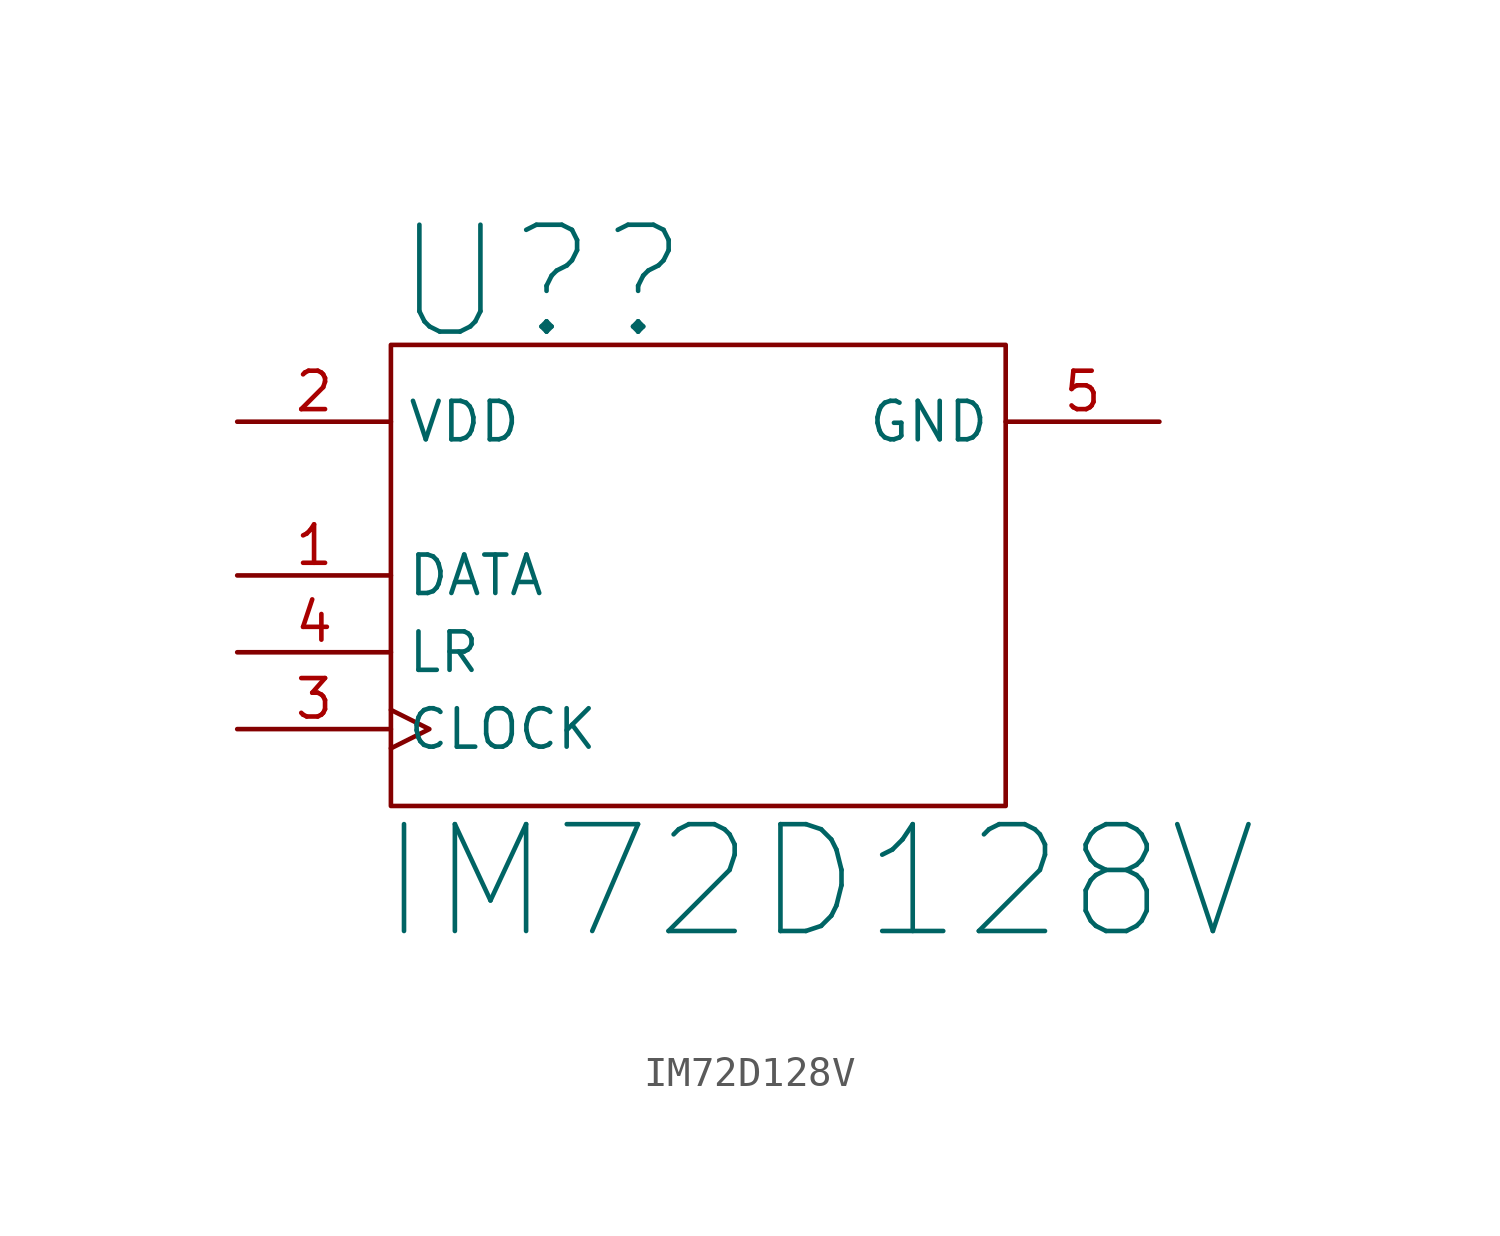
<source format=kicad_sym>
(kicad_symbol_lib
  (version 20241209)
  (generator "kicad_symbol_editor")
  (generator_version "9.0")
  (symbol "IM72D128V"
    (property "Reference" "U?"
      (at 0 0 0)
      (effects (font (size 3.531 3.531)) (justify left bottom)))
    (property "Value" "IM72D128V"
      (at -0.508 -19.812 0)
      (effects (font (size 3.531 3.531)) (justify left bottom)))
    (symbol "IM72D128V_0_1"
      (rectangle (start 0 0) (end 20.32 -15.24) (stroke (width 0) (type default)) (fill (type none))))
    (symbol "IM72D128V_1_0"
      (pin power_in line (at -5.08 -2.54 0) (length 5.08) (name "VDD" (effects (font (size 1.27 1.27)))) (number "2" (effects (font (size 1.27 1.27)))))
      (pin output line (at -5.08 -7.62 0) (length 5.08) (name "DATA" (effects (font (size 1.27 1.27)))) (number "1" (effects (font (size 1.27 1.27)))))
      (pin passive line (at -5.08 -10.16 0) (length 5.08) (name "LR" (effects (font (size 1.27 1.27)))) (number "4" (effects (font (size 1.27 1.27)))))
      (pin input clock (at -5.08 -12.7 0) (length 5.08) (name "CLOCK" (effects (font (size 1.27 1.27)))) (number "3" (effects (font (size 1.27 1.27)))))
      (pin power_in line (at 25.4 -2.54 180) (length 5.08) (name "GND" (effects (font (size 1.27 1.27)))) (number "5" (effects (font (size 1.27 1.27))))))))
</source>
